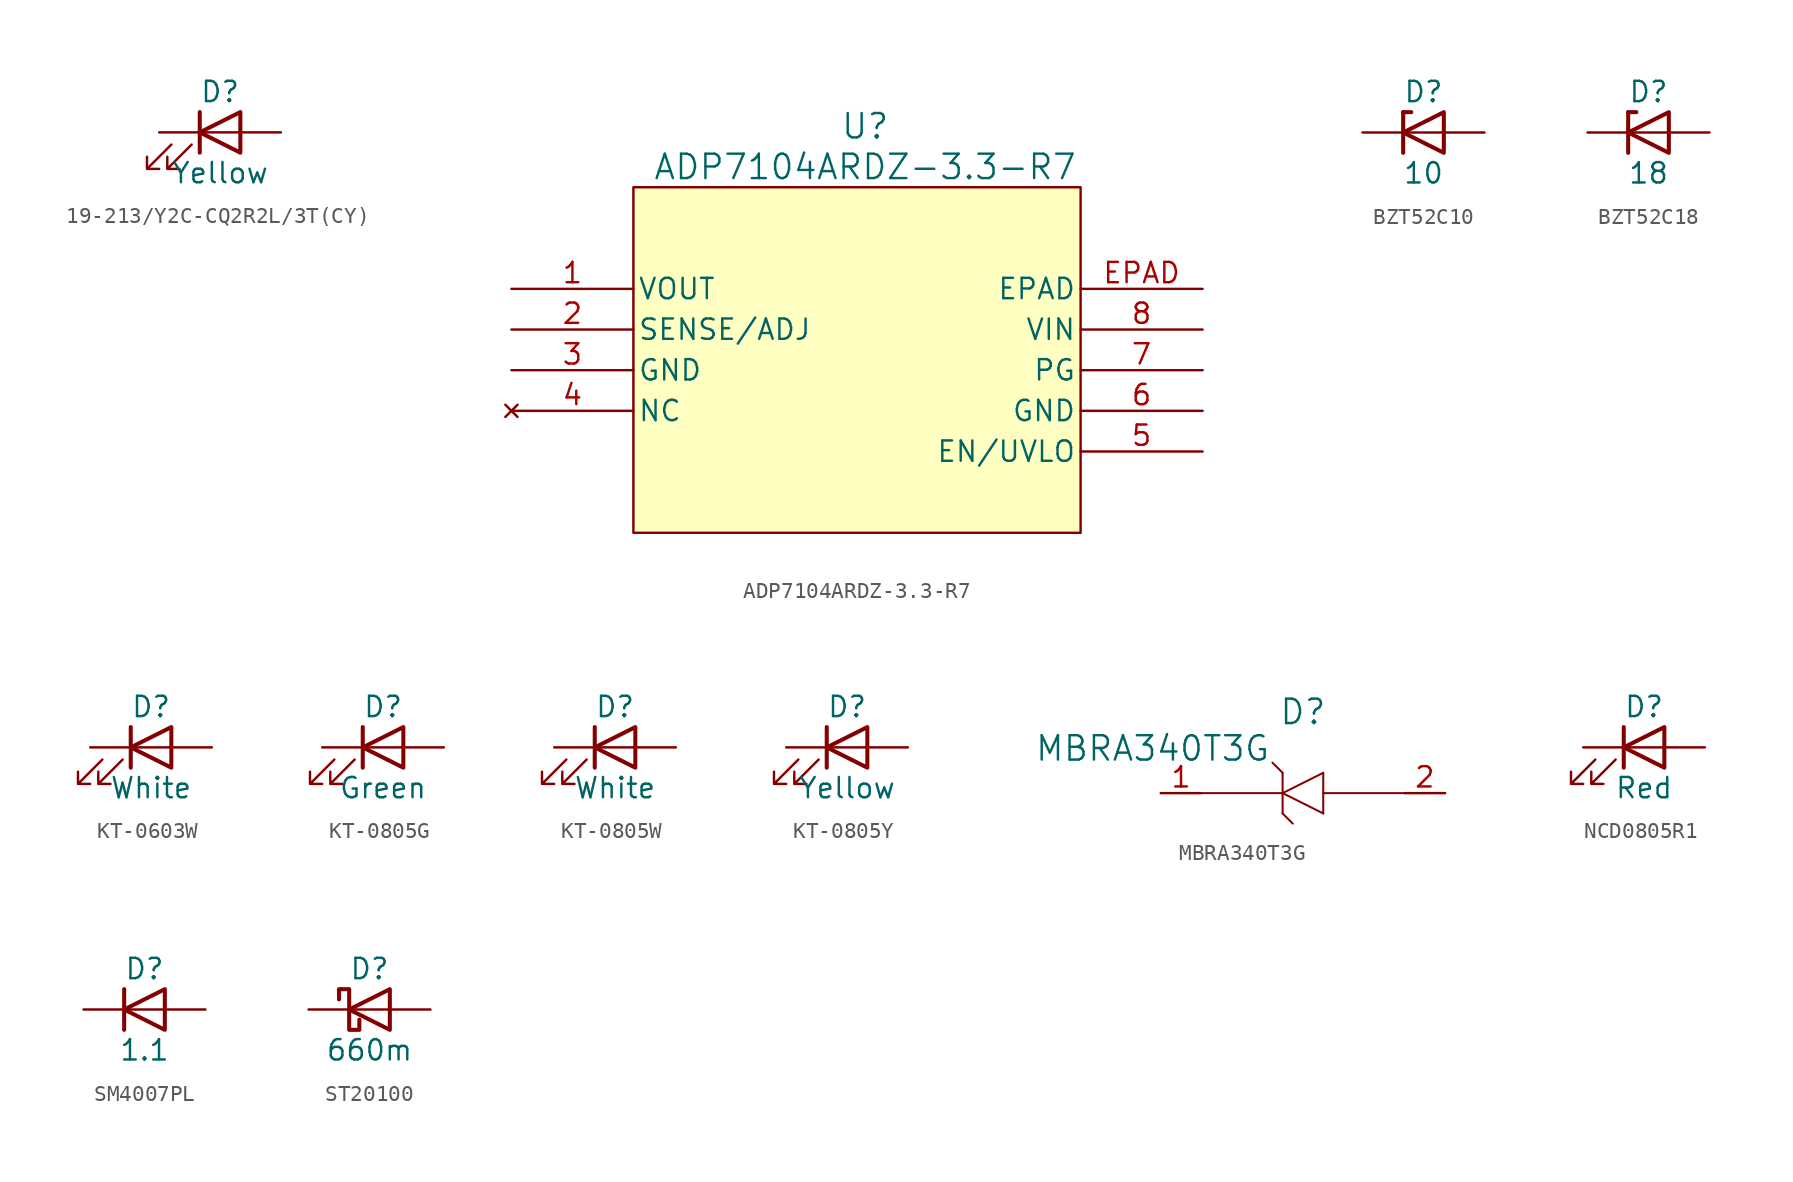
<source format=kicad_sym>
(kicad_symbol_lib
  (version 20241209)
  (generator "kicad_symbol_editor")
  (generator_version "9.0")
  (symbol "19-213/Y2C-CQ2R2L/3T(CY)"
    (pin_numbers
      (hide yes))
    (pin_names
      (offset 1.016)
      (hide yes))
    (property "Reference" "D"
      (at 0 2.54 0)
      (effects (font (size 1.27 1.27))))
    (property "Value" "Yellow"
      (at 0 -2.54 0)
      (effects (font (size 1.27 1.27))))
    (symbol "19-213/Y2C-CQ2R2L/3T(CY)_0_1"
      (polyline (pts (xy -3.048 -0.762) (xy -4.572 -2.286) (xy -3.81 -2.286) (xy -4.572 -2.286) (xy -4.572 -1.524)) (stroke (width 0) (type default)) (fill (type none)))
      (polyline (pts (xy -1.778 -0.762) (xy -3.302 -2.286) (xy -2.54 -2.286) (xy -3.302 -2.286) (xy -3.302 -1.524)) (stroke (width 0) (type default)) (fill (type none)))
      (polyline (pts (xy -1.27 0) (xy 1.27 0)) (stroke (width 0) (type default)) (fill (type none)))
      (polyline (pts (xy -1.27 -1.27) (xy -1.27 1.27)) (stroke (width 0.254) (type default)) (fill (type none)))
      (polyline (pts (xy 1.27 -1.27) (xy 1.27 1.27) (xy -1.27 0) (xy 1.27 -1.27)) (stroke (width 0.254) (type default)) (fill (type none))))
    (symbol "19-213/Y2C-CQ2R2L/3T(CY)_1_1"
      (pin passive line (at -3.81 0 0) (length 2.54) (name "K" (effects (font (size 1.27 1.27)))) (number "1" (effects (font (size 1.27 1.27)))))
      (pin passive line (at 3.81 0 180) (length 2.54) (name "A" (effects (font (size 1.27 1.27)))) (number "2" (effects (font (size 1.27 1.27)))))))
  (symbol "ADP7104ARDZ-3.3-R7"
    (pin_names
      (offset 0.254))
    (property "Reference" "U"
      (at 22.098 10.16 0)
      (effects (font (size 1.524 1.524))))
    (property "Value" "ADP7104ARDZ-3.3-R7"
      (at 22.098 7.62 0)
      (effects (font (size 1.524 1.524))))
    (symbol "ADP7104ARDZ-3.3-R7_0_1"
      (pin output line (at 0 0 0) (length 7.62) (name "VOUT" (effects (font (size 1.27 1.27)))) (number "1" (effects (font (size 1.27 1.27)))))
      (pin output line (at 0 -2.54 0) (length 7.62) (name "SENSE/ADJ" (effects (font (size 1.27 1.27)))) (number "2" (effects (font (size 1.27 1.27)))))
      (pin power_in line (at 0 -5.08 0) (length 7.62) (name "GND" (effects (font (size 1.27 1.27)))) (number "3" (effects (font (size 1.27 1.27)))))
      (pin no_connect line (at 0 -7.62 0) (length 7.62) (name "NC" (effects (font (size 1.27 1.27)))) (number "4" (effects (font (size 1.27 1.27)))))
      (pin unspecified line (at 43.18 0 180) (length 7.62) (name "EPAD" (effects (font (size 1.27 1.27)))) (number "EPAD" (effects (font (size 1.27 1.27)))))
      (pin input line (at 43.18 -2.54 180) (length 7.62) (name "VIN" (effects (font (size 1.27 1.27)))) (number "8" (effects (font (size 1.27 1.27)))))
      (pin power_in line (at 43.18 -5.08 180) (length 7.62) (name "PG" (effects (font (size 1.27 1.27)))) (number "7" (effects (font (size 1.27 1.27)))))
      (pin power_in line (at 43.18 -7.62 180) (length 7.62) (name "GND" (effects (font (size 1.27 1.27)))) (number "6" (effects (font (size 1.27 1.27)))))
      (pin input line (at 43.18 -10.16 180) (length 7.62) (name "EN/UVLO" (effects (font (size 1.27 1.27)))) (number "5" (effects (font (size 1.27 1.27))))))
    (symbol "ADP7104ARDZ-3.3-R7_1_1"
      (rectangle (start 7.62 6.35) (end 35.56 -15.24) (stroke (width 0) (type solid)) (fill (type background)))))
  (symbol "BZT52C10"
    (pin_numbers
      (hide yes))
    (pin_names
      (offset 1.016)
      (hide yes))
    (property "Reference" "D"
      (at 0 2.54 0)
      (effects (font (size 1.27 1.27))))
    (property "Value" "10"
      (at 0 -2.54 0)
      (effects (font (size 1.27 1.27))))
    (symbol "BZT52C10_0_1"
      (polyline (pts (xy -1.27 1.27) (xy -1.27 1.27) (xy -1.27 1.27) (xy -1.27 -1.27) (xy -1.27 -1.27) (xy -1.27 -1.27)) (stroke (width 0.254) (type default)) (fill (type none)))
      (polyline (pts (xy 1.27 1.27) (xy 1.27 -1.27) (xy -1.27 0) (xy 1.27 1.27)) (stroke (width 0.254) (type default)) (fill (type none)))
      (polyline (pts (xy 1.27 0) (xy -1.27 0)) (stroke (width 0) (type default)) (fill (type none))))
    (symbol "BZT52C10_1_1"
      (polyline (pts (xy -1.27 1.27) (xy -0.762 1.27)) (stroke (width 0.254) (type default)) (fill (type none)))
      (pin passive line (at -3.81 0 0) (length 2.54) (name "K" (effects (font (size 1.27 1.27)))) (number "1" (effects (font (size 1.27 1.27)))))
      (pin passive line (at 3.81 0 180) (length 2.54) (name "A" (effects (font (size 1.27 1.27)))) (number "2" (effects (font (size 1.27 1.27)))))))
  (symbol "BZT52C18"
    (pin_numbers
      (hide yes))
    (pin_names
      (offset 1.016)
      (hide yes))
    (property "Reference" "D"
      (at 0 2.54 0)
      (effects (font (size 1.27 1.27))))
    (property "Value" "18"
      (at 0 -2.54 0)
      (effects (font (size 1.27 1.27))))
    (symbol "BZT52C18_0_1"
      (polyline (pts (xy -1.27 1.27) (xy -1.27 1.27) (xy -1.27 1.27) (xy -1.27 -1.27) (xy -1.27 -1.27) (xy -1.27 -1.27)) (stroke (width 0.254) (type default)) (fill (type none)))
      (polyline (pts (xy 1.27 1.27) (xy 1.27 -1.27) (xy -1.27 0) (xy 1.27 1.27)) (stroke (width 0.254) (type default)) (fill (type none)))
      (polyline (pts (xy 1.27 0) (xy -1.27 0)) (stroke (width 0) (type default)) (fill (type none))))
    (symbol "BZT52C18_1_1"
      (polyline (pts (xy -1.27 1.27) (xy -0.762 1.27)) (stroke (width 0.254) (type default)) (fill (type none)))
      (pin passive line (at -3.81 0 0) (length 2.54) (name "K" (effects (font (size 1.27 1.27)))) (number "1" (effects (font (size 1.27 1.27)))))
      (pin passive line (at 3.81 0 180) (length 2.54) (name "A" (effects (font (size 1.27 1.27)))) (number "2" (effects (font (size 1.27 1.27)))))))
  (symbol "KT-0603W"
    (pin_numbers
      (hide yes))
    (pin_names
      (offset 1.016)
      (hide yes))
    (property "Reference" "D"
      (at 0 2.54 0)
      (effects (font (size 1.27 1.27))))
    (property "Value" "White"
      (at 0 -2.54 0)
      (effects (font (size 1.27 1.27))))
    (symbol "KT-0603W_0_1"
      (polyline (pts (xy -3.048 -0.762) (xy -4.572 -2.286) (xy -3.81 -2.286) (xy -4.572 -2.286) (xy -4.572 -1.524)) (stroke (width 0) (type default)) (fill (type none)))
      (polyline (pts (xy -1.778 -0.762) (xy -3.302 -2.286) (xy -2.54 -2.286) (xy -3.302 -2.286) (xy -3.302 -1.524)) (stroke (width 0) (type default)) (fill (type none)))
      (polyline (pts (xy -1.27 0) (xy 1.27 0)) (stroke (width 0) (type default)) (fill (type none)))
      (polyline (pts (xy -1.27 -1.27) (xy -1.27 1.27)) (stroke (width 0.254) (type default)) (fill (type none)))
      (polyline (pts (xy 1.27 -1.27) (xy 1.27 1.27) (xy -1.27 0) (xy 1.27 -1.27)) (stroke (width 0.254) (type default)) (fill (type none))))
    (symbol "KT-0603W_1_1"
      (pin passive line (at -3.81 0 0) (length 2.54) (name "K" (effects (font (size 1.27 1.27)))) (number "1" (effects (font (size 1.27 1.27)))))
      (pin passive line (at 3.81 0 180) (length 2.54) (name "A" (effects (font (size 1.27 1.27)))) (number "2" (effects (font (size 1.27 1.27)))))))
  (symbol "KT-0805G"
    (pin_numbers
      (hide yes))
    (pin_names
      (offset 1.016)
      (hide yes))
    (property "Reference" "D"
      (at 0 2.54 0)
      (effects (font (size 1.27 1.27))))
    (property "Value" "Green"
      (at 0 -2.54 0)
      (effects (font (size 1.27 1.27))))
    (symbol "KT-0805G_0_1"
      (polyline (pts (xy -3.048 -0.762) (xy -4.572 -2.286) (xy -3.81 -2.286) (xy -4.572 -2.286) (xy -4.572 -1.524)) (stroke (width 0) (type default)) (fill (type none)))
      (polyline (pts (xy -1.778 -0.762) (xy -3.302 -2.286) (xy -2.54 -2.286) (xy -3.302 -2.286) (xy -3.302 -1.524)) (stroke (width 0) (type default)) (fill (type none)))
      (polyline (pts (xy -1.27 0) (xy 1.27 0)) (stroke (width 0) (type default)) (fill (type none)))
      (polyline (pts (xy -1.27 -1.27) (xy -1.27 1.27)) (stroke (width 0.254) (type default)) (fill (type none)))
      (polyline (pts (xy 1.27 -1.27) (xy 1.27 1.27) (xy -1.27 0) (xy 1.27 -1.27)) (stroke (width 0.254) (type default)) (fill (type none))))
    (symbol "KT-0805G_1_1"
      (pin passive line (at -3.81 0 0) (length 2.54) (name "K" (effects (font (size 1.27 1.27)))) (number "1" (effects (font (size 1.27 1.27)))))
      (pin passive line (at 3.81 0 180) (length 2.54) (name "A" (effects (font (size 1.27 1.27)))) (number "2" (effects (font (size 1.27 1.27)))))))
  (symbol "KT-0805W"
    (pin_numbers
      (hide yes))
    (pin_names
      (offset 1.016)
      (hide yes))
    (property "Reference" "D"
      (at 0 2.54 0)
      (effects (font (size 1.27 1.27))))
    (property "Value" "White"
      (at 0 -2.54 0)
      (effects (font (size 1.27 1.27))))
    (symbol "KT-0805W_0_1"
      (polyline (pts (xy -3.048 -0.762) (xy -4.572 -2.286) (xy -3.81 -2.286) (xy -4.572 -2.286) (xy -4.572 -1.524)) (stroke (width 0) (type default)) (fill (type none)))
      (polyline (pts (xy -1.778 -0.762) (xy -3.302 -2.286) (xy -2.54 -2.286) (xy -3.302 -2.286) (xy -3.302 -1.524)) (stroke (width 0) (type default)) (fill (type none)))
      (polyline (pts (xy -1.27 0) (xy 1.27 0)) (stroke (width 0) (type default)) (fill (type none)))
      (polyline (pts (xy -1.27 -1.27) (xy -1.27 1.27)) (stroke (width 0.254) (type default)) (fill (type none)))
      (polyline (pts (xy 1.27 -1.27) (xy 1.27 1.27) (xy -1.27 0) (xy 1.27 -1.27)) (stroke (width 0.254) (type default)) (fill (type none))))
    (symbol "KT-0805W_1_1"
      (pin passive line (at -3.81 0 0) (length 2.54) (name "K" (effects (font (size 1.27 1.27)))) (number "1" (effects (font (size 1.27 1.27)))))
      (pin passive line (at 3.81 0 180) (length 2.54) (name "A" (effects (font (size 1.27 1.27)))) (number "2" (effects (font (size 1.27 1.27)))))))
  (symbol "KT-0805Y"
    (pin_numbers
      (hide yes))
    (pin_names
      (offset 1.016)
      (hide yes))
    (property "Reference" "D"
      (at 0 2.54 0)
      (effects (font (size 1.27 1.27))))
    (property "Value" "Yellow"
      (at 0 -2.54 0)
      (effects (font (size 1.27 1.27))))
    (symbol "KT-0805Y_0_1"
      (polyline (pts (xy -3.048 -0.762) (xy -4.572 -2.286) (xy -3.81 -2.286) (xy -4.572 -2.286) (xy -4.572 -1.524)) (stroke (width 0) (type default)) (fill (type none)))
      (polyline (pts (xy -1.778 -0.762) (xy -3.302 -2.286) (xy -2.54 -2.286) (xy -3.302 -2.286) (xy -3.302 -1.524)) (stroke (width 0) (type default)) (fill (type none)))
      (polyline (pts (xy -1.27 0) (xy 1.27 0)) (stroke (width 0) (type default)) (fill (type none)))
      (polyline (pts (xy -1.27 -1.27) (xy -1.27 1.27)) (stroke (width 0.254) (type default)) (fill (type none)))
      (polyline (pts (xy 1.27 -1.27) (xy 1.27 1.27) (xy -1.27 0) (xy 1.27 -1.27)) (stroke (width 0.254) (type default)) (fill (type none))))
    (symbol "KT-0805Y_1_1"
      (pin passive line (at -3.81 0 0) (length 2.54) (name "K" (effects (font (size 1.27 1.27)))) (number "1" (effects (font (size 1.27 1.27)))))
      (pin passive line (at 3.81 0 180) (length 2.54) (name "A" (effects (font (size 1.27 1.27)))) (number "2" (effects (font (size 1.27 1.27)))))))
  (symbol "MBRA340T3G"
    (pin_names
      (offset 0.254))
    (property "Reference" "D"
      (at 8.89 5.08 0)
      (effects (font (size 1.524 1.524))))
    (property "Value" "MBRA340T3G"
      (at -0.508 2.794 0)
      (effects (font (size 1.524 1.524))))
    (symbol "MBRA340T3G_0_1"
      (polyline (pts (xy 2.54 0) (xy 7.62 0)) (stroke (width 0.127) (type default)) (fill (type none)))
      (polyline (pts (xy 7.62 1.27) (xy 6.985 1.905)) (stroke (width 0.127) (type default)) (fill (type none)))
      (polyline (pts (xy 7.62 -1.27) (xy 7.62 1.27)) (stroke (width 0.127) (type default)) (fill (type none)))
      (polyline (pts (xy 7.62 -1.27) (xy 8.255 -1.905)) (stroke (width 0.127) (type default)) (fill (type none)))
      (polyline (pts (xy 10.16 1.27) (xy 7.62 0)) (stroke (width 0.127) (type default)) (fill (type none)))
      (polyline (pts (xy 10.16 -1.27) (xy 7.62 0)) (stroke (width 0.127) (type default)) (fill (type none)))
      (polyline (pts (xy 10.16 -1.27) (xy 10.16 1.27)) (stroke (width 0.127) (type default)) (fill (type none)))
      (polyline (pts (xy 15.24 0) (xy 10.16 0)) (stroke (width 0.127) (type default)) (fill (type none))))
    (symbol "MBRA340T3G_1_1"
      (pin unspecified line (at 0 0 0) (length 2.54) (name "" (effects (font (size 1.27 1.27)))) (number "1" (effects (font (size 1.27 1.27)))))
      (pin unspecified line (at 17.78 0 180) (length 2.54) (name "" (effects (font (size 1.27 1.27)))) (number "2" (effects (font (size 1.27 1.27)))))))
  (symbol "NCD0805R1"
    (pin_numbers
      (hide yes))
    (pin_names
      (offset 1.016)
      (hide yes))
    (property "Reference" "D"
      (at 0 2.54 0)
      (effects (font (size 1.27 1.27))))
    (property "Value" "Red"
      (at 0 -2.54 0)
      (effects (font (size 1.27 1.27))))
    (symbol "NCD0805R1_0_1"
      (polyline (pts (xy -3.048 -0.762) (xy -4.572 -2.286) (xy -3.81 -2.286) (xy -4.572 -2.286) (xy -4.572 -1.524)) (stroke (width 0) (type default)) (fill (type none)))
      (polyline (pts (xy -1.778 -0.762) (xy -3.302 -2.286) (xy -2.54 -2.286) (xy -3.302 -2.286) (xy -3.302 -1.524)) (stroke (width 0) (type default)) (fill (type none)))
      (polyline (pts (xy -1.27 0) (xy 1.27 0)) (stroke (width 0) (type default)) (fill (type none)))
      (polyline (pts (xy -1.27 -1.27) (xy -1.27 1.27)) (stroke (width 0.254) (type default)) (fill (type none)))
      (polyline (pts (xy 1.27 -1.27) (xy 1.27 1.27) (xy -1.27 0) (xy 1.27 -1.27)) (stroke (width 0.254) (type default)) (fill (type none))))
    (symbol "NCD0805R1_1_1"
      (pin passive line (at -3.81 0 0) (length 2.54) (name "K" (effects (font (size 1.27 1.27)))) (number "1" (effects (font (size 1.27 1.27)))))
      (pin passive line (at 3.81 0 180) (length 2.54) (name "A" (effects (font (size 1.27 1.27)))) (number "2" (effects (font (size 1.27 1.27)))))))
  (symbol "SM4007PL"
    (pin_numbers
      (hide yes))
    (pin_names
      (offset 1.016)
      (hide yes))
    (property "Reference" "D"
      (at 0 2.54 0)
      (effects (font (size 1.27 1.27))))
    (property "Value" "1.1"
      (at 0 -2.54 0)
      (effects (font (size 1.27 1.27))))
    (symbol "SM4007PL_0_1"
      (polyline (pts (xy -1.27 1.27) (xy -1.27 1.27) (xy -1.27 1.27) (xy -1.27 -1.27) (xy -1.27 -1.27) (xy -1.27 -1.27)) (stroke (width 0.254) (type default)) (fill (type none)))
      (polyline (pts (xy 1.27 1.27) (xy 1.27 -1.27) (xy -1.27 0) (xy 1.27 1.27)) (stroke (width 0.254) (type default)) (fill (type none)))
      (polyline (pts (xy 1.27 0) (xy -1.27 0)) (stroke (width 0) (type default)) (fill (type none))))
    (symbol "SM4007PL_1_1"
      (pin passive line (at -3.81 0 0) (length 2.54) (name "K" (effects (font (size 1.27 1.27)))) (number "1" (effects (font (size 1.27 1.27)))))
      (pin passive line (at 3.81 0 180) (length 2.54) (name "A" (effects (font (size 1.27 1.27)))) (number "2" (effects (font (size 1.27 1.27)))))))
  (symbol "ST20100"
    (pin_numbers
      (hide yes))
    (pin_names
      (offset 1.016)
      (hide yes))
    (property "Reference" "D"
      (at 0 2.54 0)
      (effects (font (size 1.27 1.27))))
    (property "Value" "660m"
      (at 0 -2.54 0)
      (effects (font (size 1.27 1.27))))
    (symbol "ST20100_0_1"
      (polyline (pts (xy -1.905 0.635) (xy -1.905 1.27) (xy -1.27 1.27) (xy -1.27 -1.27) (xy -0.635 -1.27) (xy -0.635 -0.635)) (stroke (width 0.254) (type default)) (fill (type none)))
      (polyline (pts (xy 1.27 1.27) (xy 1.27 -1.27) (xy -1.27 0) (xy 1.27 1.27)) (stroke (width 0.254) (type default)) (fill (type none)))
      (polyline (pts (xy 1.27 0) (xy -1.27 0)) (stroke (width 0) (type default)) (fill (type none))))
    (symbol "ST20100_1_1"
      (pin passive line (at -3.81 0 0) (length 2.54) (name "K" (effects (font (size 1.27 1.27)))) (number "2" (effects (font (size 1.27 1.27)))))
      (pin passive line (at 3.81 0 180) (length 2.54) (name "A" (effects (font (size 1.27 1.27)))) (number "1" (effects (font (size 1.27 1.27))))))))
</source>
